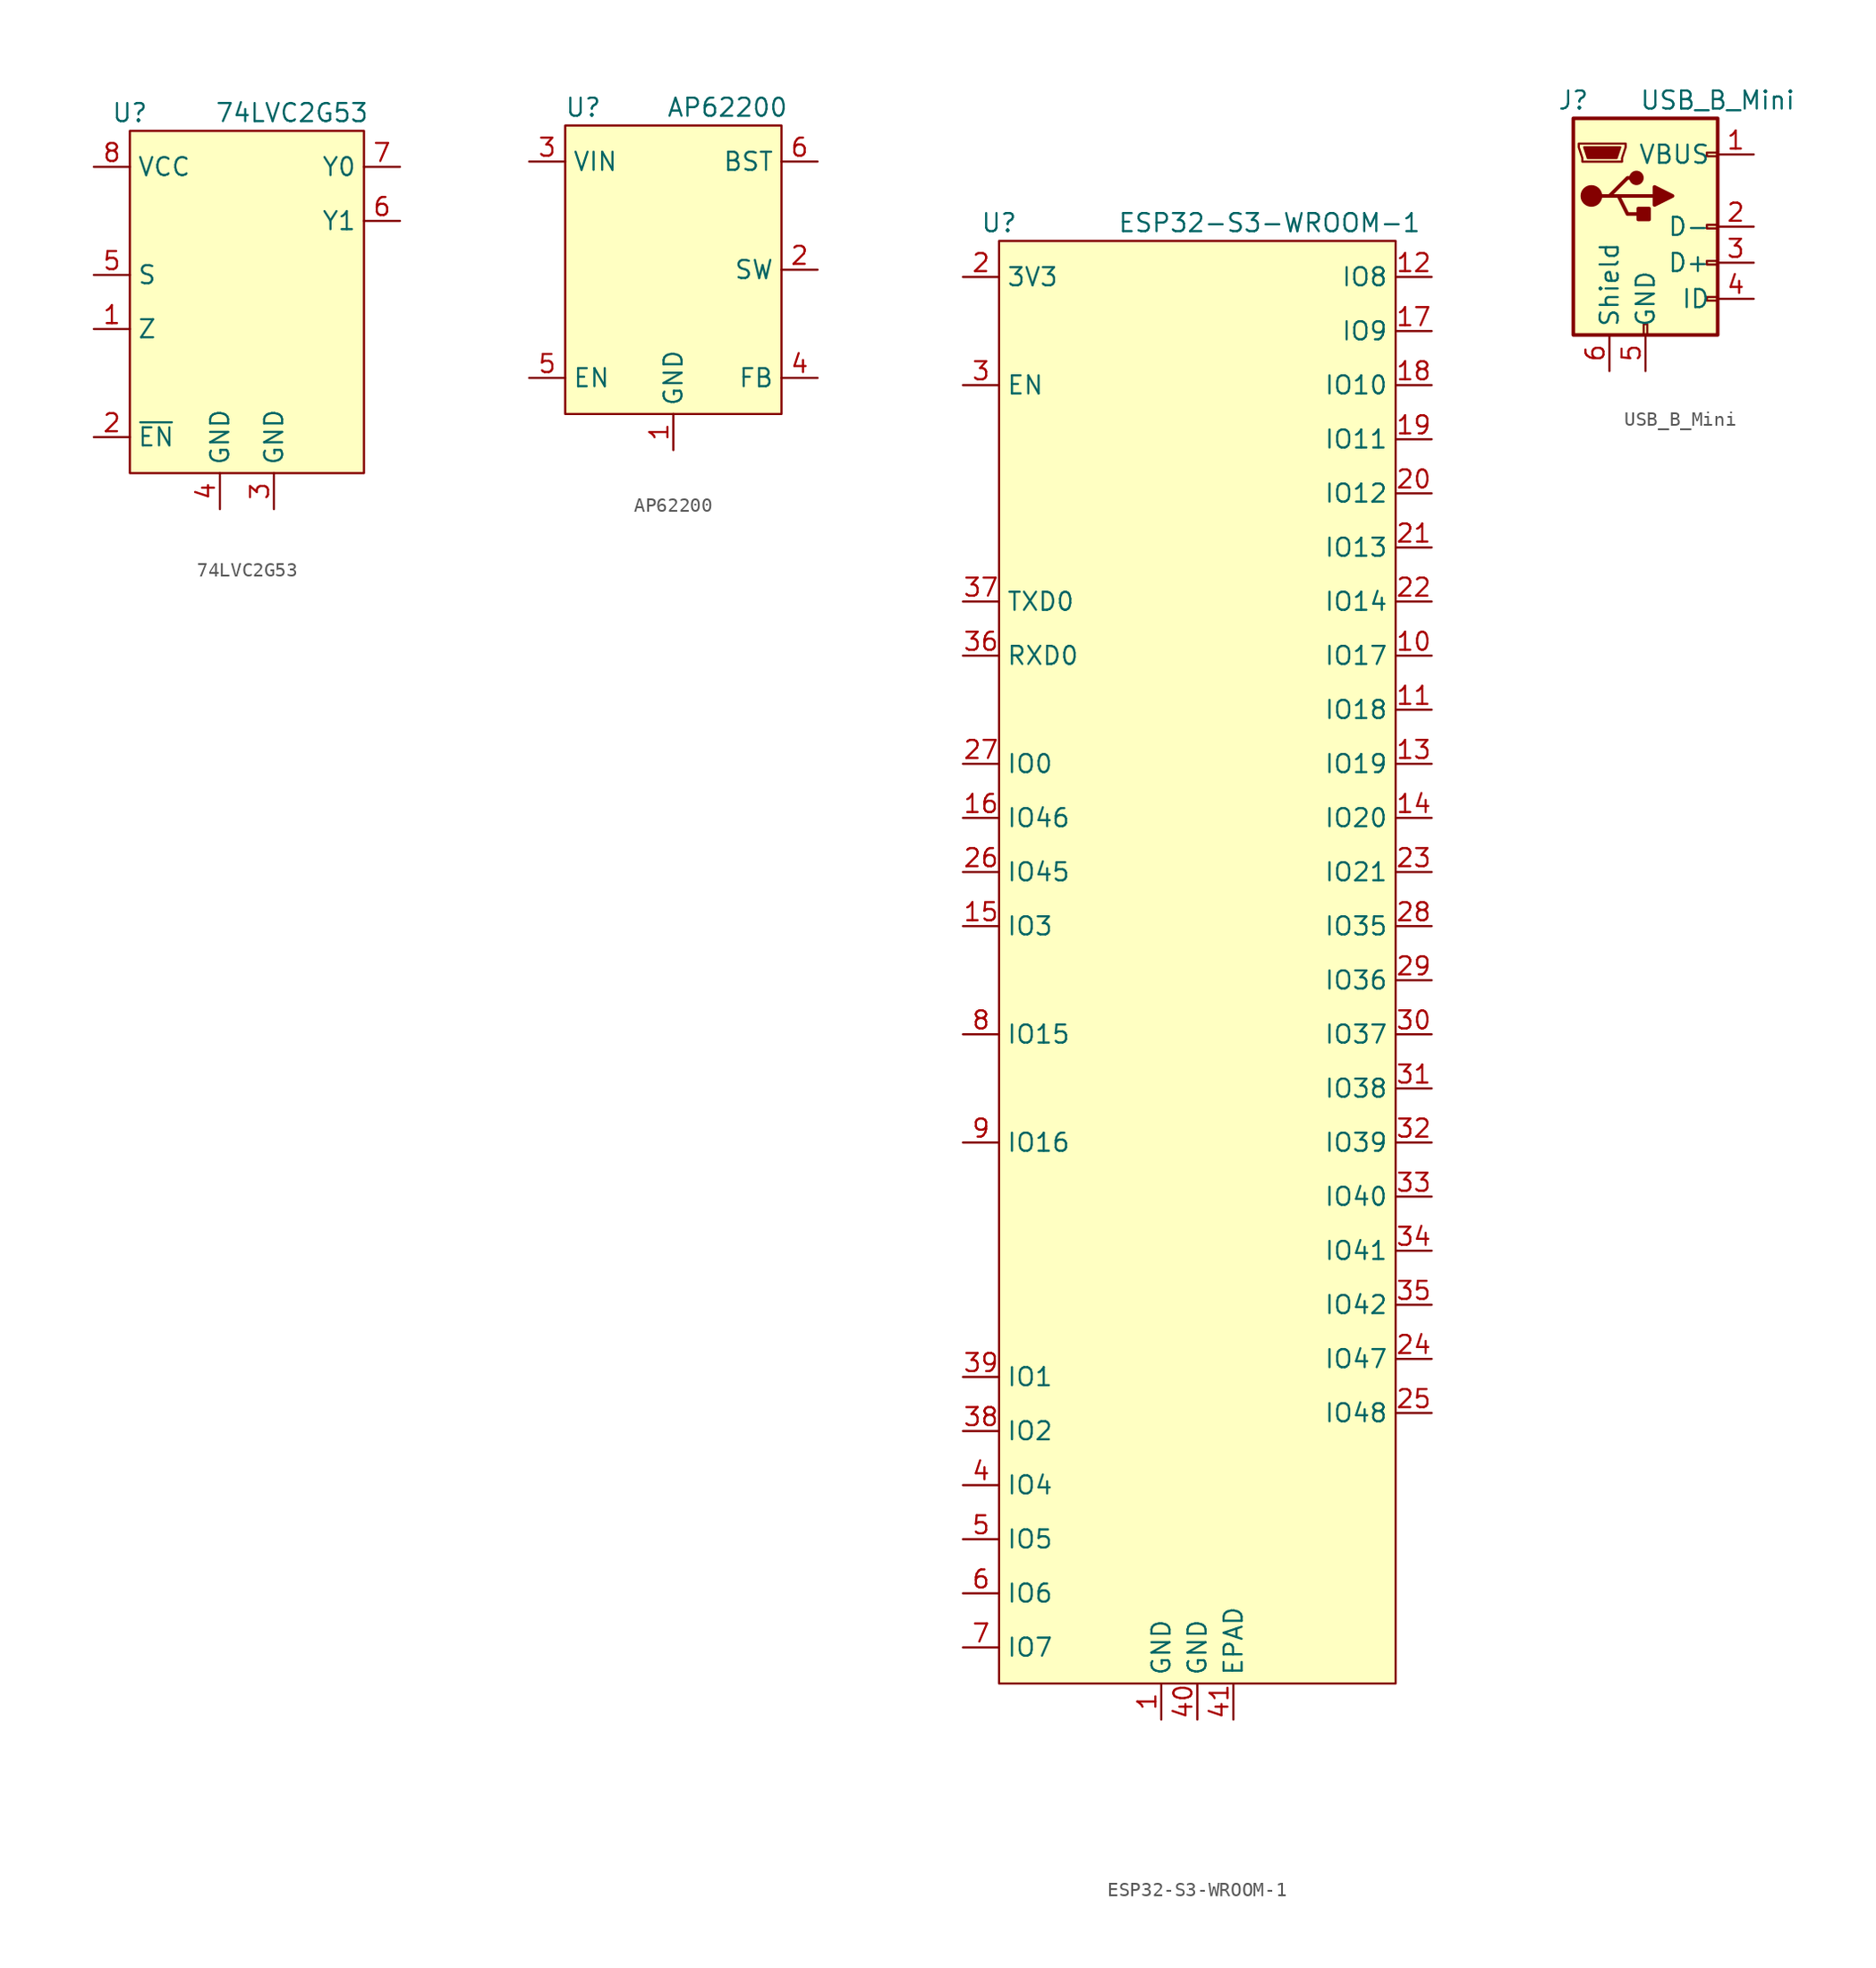
<source format=kicad_sym>
(kicad_symbol_lib
  (version 20220914)
  (generator kicad_symbol_editor)
  (symbol "74LVC2G53"
    (property "Reference" "U"
      (at 0 1.27 0)
      (effects (font (size 1.27 1.27))))
    (property "Value" "74LVC2G53"
      (at 11.43 1.27 0)
      (effects (font (size 1.27 1.27))))
    (symbol "74LVC2G53_1_1"
      (rectangle (start 0 0) (end 16.51 -24.13) (stroke (width 0) (type default)) (fill (type background)))
      (pin input line (at -2.54 -13.97 0) (length 2.54) (name "Z" (effects (font (size 1.27 1.27)))) (number "1" (effects (font (size 1.27 1.27)))))
      (pin input line (at -2.54 -21.59 0) (length 2.54) (name "~{EN}" (effects (font (size 1.27 1.27)))) (number "2" (effects (font (size 1.27 1.27)))))
      (pin power_in line (at 10.16 -26.67 90) (length 2.54) (name "GND" (effects (font (size 1.27 1.27)))) (number "3" (effects (font (size 1.27 1.27)))))
      (pin power_in line (at 6.35 -26.67 90) (length 2.54) (name "GND" (effects (font (size 1.27 1.27)))) (number "4" (effects (font (size 1.27 1.27)))))
      (pin input line (at -2.54 -10.16 0) (length 2.54) (name "S" (effects (font (size 1.27 1.27)))) (number "5" (effects (font (size 1.27 1.27)))))
      (pin output line (at 19.05 -6.35 180) (length 2.54) (name "Y1" (effects (font (size 1.27 1.27)))) (number "6" (effects (font (size 1.27 1.27)))))
      (pin output line (at 19.05 -2.54 180) (length 2.54) (name "Y0" (effects (font (size 1.27 1.27)))) (number "7" (effects (font (size 1.27 1.27)))))
      (pin power_in line (at -2.54 -2.54 0) (length 2.54) (name "VCC" (effects (font (size 1.27 1.27)))) (number "8" (effects (font (size 1.27 1.27)))))))
  (symbol "AP62200"
    (property "Reference" "U"
      (at 1.27 1.27 0)
      (effects (font (size 1.27 1.27))))
    (property "Value" "AP62200"
      (at 11.43 1.27 0)
      (effects (font (size 1.27 1.27))))
    (symbol "AP62200_1_1"
      (rectangle (start 0 0) (end 15.24 -20.32) (stroke (width 0) (type default)) (fill (type background)))
      (pin power_in line (at 7.62 -22.86 90) (length 2.54) (name "GND" (effects (font (size 1.27 1.27)))) (number "1" (effects (font (size 1.27 1.27)))))
      (pin power_out line (at 17.78 -10.16 180) (length 2.54) (name "SW" (effects (font (size 1.27 1.27)))) (number "2" (effects (font (size 1.27 1.27)))))
      (pin power_in line (at -2.54 -2.54 0) (length 2.54) (name "VIN" (effects (font (size 1.27 1.27)))) (number "3" (effects (font (size 1.27 1.27)))))
      (pin input line (at 17.78 -17.78 180) (length 2.54) (name "FB" (effects (font (size 1.27 1.27)))) (number "4" (effects (font (size 1.27 1.27)))))
      (pin input line (at -2.54 -17.78 0) (length 2.54) (name "EN" (effects (font (size 1.27 1.27)))) (number "5" (effects (font (size 1.27 1.27)))))
      (pin input line (at 17.78 -2.54 180) (length 2.54) (name "BST" (effects (font (size 1.27 1.27)))) (number "6" (effects (font (size 1.27 1.27)))))))
  (symbol "ESP32-S3-WROOM-1"
    (property "Reference" "U"
      (at 0 1.27 0)
      (effects (font (size 1.27 1.27))))
    (property "Value" "ESP32-S3-WROOM-1"
      (at 19.05 1.27 0)
      (effects (font (size 1.27 1.27))))
    (symbol "ESP32-S3-WROOM-1_1_1"
      (rectangle (start 0 0) (end 27.94 -101.6) (stroke (width 0) (type default)) (fill (type background)))
      (pin power_in line (at 11.43 -104.14 90) (length 2.54) (name "GND" (effects (font (size 1.27 1.27)))) (number "1" (effects (font (size 1.27 1.27)))))
      (pin bidirectional line (at 30.48 -29.21 180) (length 2.54) (name "IO17" (effects (font (size 1.27 1.27)))) (number "10" (effects (font (size 1.27 1.27)))) (alternate "U1TXD" bidirectional line))
      (pin bidirectional line (at 30.48 -33.02 180) (length 2.54) (name "IO18" (effects (font (size 1.27 1.27)))) (number "11" (effects (font (size 1.27 1.27)))) (alternate "U1RXD" bidirectional line))
      (pin bidirectional line (at 30.48 -2.54 180) (length 2.54) (name "IO8" (effects (font (size 1.27 1.27)))) (number "12" (effects (font (size 1.27 1.27)))))
      (pin bidirectional line (at 30.48 -36.83 180) (length 2.54) (name "IO19" (effects (font (size 1.27 1.27)))) (number "13" (effects (font (size 1.27 1.27)))) (alternate "USB_D-" bidirectional line))
      (pin bidirectional line (at 30.48 -40.64 180) (length 2.54) (name "IO20" (effects (font (size 1.27 1.27)))) (number "14" (effects (font (size 1.27 1.27)))) (alternate "USB_D+" bidirectional line))
      (pin bidirectional line (at -2.54 -48.26 0) (length 2.54) (name "IO3" (effects (font (size 1.27 1.27)))) (number "15" (effects (font (size 1.27 1.27)))) (alternate "STRAP_JTAG" bidirectional line))
      (pin bidirectional line (at -2.54 -40.64 0) (length 2.54) (name "IO46" (effects (font (size 1.27 1.27)))) (number "16" (effects (font (size 1.27 1.27)))) (alternate "STRAP_BOOT1" bidirectional line))
      (pin bidirectional line (at 30.48 -6.35 180) (length 2.54) (name "IO9" (effects (font (size 1.27 1.27)))) (number "17" (effects (font (size 1.27 1.27)))))
      (pin bidirectional line (at 30.48 -10.16 180) (length 2.54) (name "IO10" (effects (font (size 1.27 1.27)))) (number "18" (effects (font (size 1.27 1.27)))))
      (pin bidirectional line (at 30.48 -13.97 180) (length 2.54) (name "IO11" (effects (font (size 1.27 1.27)))) (number "19" (effects (font (size 1.27 1.27)))))
      (pin power_in line (at -2.54 -2.54 0) (length 2.54) (name "3V3" (effects (font (size 1.27 1.27)))) (number "2" (effects (font (size 1.27 1.27)))))
      (pin bidirectional line (at 30.48 -17.78 180) (length 2.54) (name "IO12" (effects (font (size 1.27 1.27)))) (number "20" (effects (font (size 1.27 1.27)))))
      (pin bidirectional line (at 30.48 -21.59 180) (length 2.54) (name "IO13" (effects (font (size 1.27 1.27)))) (number "21" (effects (font (size 1.27 1.27)))))
      (pin bidirectional line (at 30.48 -25.4 180) (length 2.54) (name "IO14" (effects (font (size 1.27 1.27)))) (number "22" (effects (font (size 1.27 1.27)))))
      (pin bidirectional line (at 30.48 -44.45 180) (length 2.54) (name "IO21" (effects (font (size 1.27 1.27)))) (number "23" (effects (font (size 1.27 1.27)))))
      (pin bidirectional line (at 30.48 -78.74 180) (length 2.54) (name "IO47" (effects (font (size 1.27 1.27)))) (number "24" (effects (font (size 1.27 1.27)))))
      (pin bidirectional line (at 30.48 -82.55 180) (length 2.54) (name "IO48" (effects (font (size 1.27 1.27)))) (number "25" (effects (font (size 1.27 1.27)))))
      (pin bidirectional line (at -2.54 -44.45 0) (length 2.54) (name "IO45" (effects (font (size 1.27 1.27)))) (number "26" (effects (font (size 1.27 1.27)))) (alternate "STRAP_VDD_SPI" bidirectional line))
      (pin bidirectional line (at -2.54 -36.83 0) (length 2.54) (name "IO0" (effects (font (size 1.27 1.27)))) (number "27" (effects (font (size 1.27 1.27)))) (alternate "STRAP_BOOT0" bidirectional line))
      (pin bidirectional line (at 30.48 -48.26 180) (length 2.54) (name "IO35" (effects (font (size 1.27 1.27)))) (number "28" (effects (font (size 1.27 1.27)))))
      (pin bidirectional line (at 30.48 -52.07 180) (length 2.54) (name "IO36" (effects (font (size 1.27 1.27)))) (number "29" (effects (font (size 1.27 1.27)))))
      (pin input line (at -2.54 -10.16 0) (length 2.54) (name "EN" (effects (font (size 1.27 1.27)))) (number "3" (effects (font (size 1.27 1.27)))))
      (pin bidirectional line (at 30.48 -55.88 180) (length 2.54) (name "IO37" (effects (font (size 1.27 1.27)))) (number "30" (effects (font (size 1.27 1.27)))))
      (pin bidirectional line (at 30.48 -59.69 180) (length 2.54) (name "IO38" (effects (font (size 1.27 1.27)))) (number "31" (effects (font (size 1.27 1.27)))))
      (pin bidirectional line (at 30.48 -63.5 180) (length 2.54) (name "IO39" (effects (font (size 1.27 1.27)))) (number "32" (effects (font (size 1.27 1.27)))))
      (pin bidirectional line (at 30.48 -67.31 180) (length 2.54) (name "IO40" (effects (font (size 1.27 1.27)))) (number "33" (effects (font (size 1.27 1.27)))))
      (pin bidirectional line (at 30.48 -71.12 180) (length 2.54) (name "IO41" (effects (font (size 1.27 1.27)))) (number "34" (effects (font (size 1.27 1.27)))))
      (pin bidirectional line (at 30.48 -74.93 180) (length 2.54) (name "IO42" (effects (font (size 1.27 1.27)))) (number "35" (effects (font (size 1.27 1.27)))))
      (pin bidirectional line (at -2.54 -29.21 0) (length 2.54) (name "RXD0" (effects (font (size 1.27 1.27)))) (number "36" (effects (font (size 1.27 1.27)))))
      (pin bidirectional line (at -2.54 -25.4 0) (length 2.54) (name "TXD0" (effects (font (size 1.27 1.27)))) (number "37" (effects (font (size 1.27 1.27)))))
      (pin bidirectional line (at -2.54 -83.82 0) (length 2.54) (name "IO2" (effects (font (size 1.27 1.27)))) (number "38" (effects (font (size 1.27 1.27)))))
      (pin bidirectional line (at -2.54 -80.01 0) (length 2.54) (name "IO1" (effects (font (size 1.27 1.27)))) (number "39" (effects (font (size 1.27 1.27)))) (alternate "ADC1_CH0" bidirectional line) (alternate "RTC_GPIO1" bidirectional line) (alternate "TOUCH1" bidirectional line))
      (pin bidirectional line (at -2.54 -87.63 0) (length 2.54) (name "IO4" (effects (font (size 1.27 1.27)))) (number "4" (effects (font (size 1.27 1.27)))))
      (pin power_in line (at 13.97 -104.14 90) (length 2.54) (name "GND" (effects (font (size 1.27 1.27)))) (number "40" (effects (font (size 1.27 1.27)))))
      (pin power_in line (at 16.51 -104.14 90) (length 2.54) (name "EPAD" (effects (font (size 1.27 1.27)))) (number "41" (effects (font (size 1.27 1.27)))))
      (pin bidirectional line (at -2.54 -91.44 0) (length 2.54) (name "IO5" (effects (font (size 1.27 1.27)))) (number "5" (effects (font (size 1.27 1.27)))))
      (pin bidirectional line (at -2.54 -95.25 0) (length 2.54) (name "IO6" (effects (font (size 1.27 1.27)))) (number "6" (effects (font (size 1.27 1.27)))))
      (pin bidirectional line (at -2.54 -99.06 0) (length 2.54) (name "IO7" (effects (font (size 1.27 1.27)))) (number "7" (effects (font (size 1.27 1.27)))))
      (pin bidirectional line (at -2.54 -55.88 0) (length 2.54) (name "IO15" (effects (font (size 1.27 1.27)))) (number "8" (effects (font (size 1.27 1.27)))) (alternate "XTAL_32K_P" bidirectional line))
      (pin bidirectional line (at -2.54 -63.5 0) (length 2.54) (name "IO16" (effects (font (size 1.27 1.27)))) (number "9" (effects (font (size 1.27 1.27)))) (alternate "XTAL_32K_N" input line))))
  (symbol "USB_B_Mini"
    (property "Reference" "J"
      (at 0 1.27 0)
      (effects (font (size 1.27 1.27))))
    (property "Value" "USB_B_Mini"
      (at 10.16 1.27 0)
      (effects (font (size 1.27 1.27))))
    (symbol "USB_B_Mini_0_1"
      (rectangle (start 0 -15.24) (end 10.16 0) (stroke (width 0.254) (type default)) (fill (type background)))
      (polyline (pts (xy 3.175 -5.461) (xy 5.715 -5.461)) (stroke (width 0.254) (type default)) (fill (type none)))
      (polyline (pts (xy 1.905 -5.461) (xy 2.54 -5.461) (xy 3.81 -4.191) (xy 4.445 -4.191)) (stroke (width 0.254) (type default)) (fill (type none)))
      (polyline (pts (xy 2.54 -5.461) (xy 3.175 -5.461) (xy 3.81 -6.731) (xy 5.08 -6.731)) (stroke (width 0.254) (type default)) (fill (type none)))
      (polyline (pts (xy 5.715 -4.826) (xy 5.715 -6.096) (xy 6.985 -5.461) (xy 5.715 -4.826)) (stroke (width 0.254) (type default)) (fill (type outline)))
      (polyline (pts (xy 0.762 -2.032) (xy 3.302 -2.032) (xy 3.048 -2.794) (xy 1.016 -2.794) (xy 0.762 -2.032)) (stroke (width 0) (type default)) (fill (type outline)))
      (polyline (pts (xy 0.381 -1.778) (xy 0.381 -2.032) (xy 0.635 -2.794) (xy 0.635 -3.048) (xy 3.429 -3.048) (xy 3.429 -2.794) (xy 3.683 -2.032) (xy 3.683 -1.778) (xy 0.381 -1.778)) (stroke (width 0) (type default)) (fill (type none)))
      (circle (center 1.27 -5.461) (radius 0.635) (stroke (width 0.254) (type default)) (fill (type outline)))
      (circle (center 4.445 -4.191) (radius 0.381) (stroke (width 0.254) (type default)) (fill (type outline)))
      (rectangle (start 4.953 -15.24) (end 5.207 -14.478) (stroke (width 0) (type default)) (fill (type none)))
      (rectangle (start 5.334 -6.35) (end 4.572 -7.112) (stroke (width 0.254) (type default)) (fill (type outline)))
      (rectangle (start 10.16 -12.827) (end 9.398 -12.573) (stroke (width 0) (type default)) (fill (type none)))
      (rectangle (start 10.16 -10.287) (end 9.398 -10.033) (stroke (width 0) (type default)) (fill (type none)))
      (rectangle (start 10.16 -7.747) (end 9.398 -7.493) (stroke (width 0) (type default)) (fill (type none)))
      (rectangle (start 10.16 -2.667) (end 9.398 -2.413) (stroke (width 0) (type default)) (fill (type none))))
    (symbol "USB_B_Mini_1_1"
      (pin power_out line (at 12.7 -2.54 180) (length 2.54) (name "VBUS" (effects (font (size 1.27 1.27)))) (number "1" (effects (font (size 1.27 1.27)))))
      (pin bidirectional line (at 12.7 -7.62 180) (length 2.54) (name "D-" (effects (font (size 1.27 1.27)))) (number "2" (effects (font (size 1.27 1.27)))))
      (pin bidirectional line (at 12.7 -10.16 180) (length 2.54) (name "D+" (effects (font (size 1.27 1.27)))) (number "3" (effects (font (size 1.27 1.27)))))
      (pin passive line (at 12.7 -12.7 180) (length 2.54) (name "ID" (effects (font (size 1.27 1.27)))) (number "4" (effects (font (size 1.27 1.27)))))
      (pin power_out line (at 5.08 -17.78 90) (length 2.54) (name "GND" (effects (font (size 1.27 1.27)))) (number "5" (effects (font (size 1.27 1.27)))))
      (pin passive line (at 2.54 -17.78 90) (length 2.54) (name "Shield" (effects (font (size 1.27 1.27)))) (number "6" (effects (font (size 1.27 1.27))))))))
</source>
